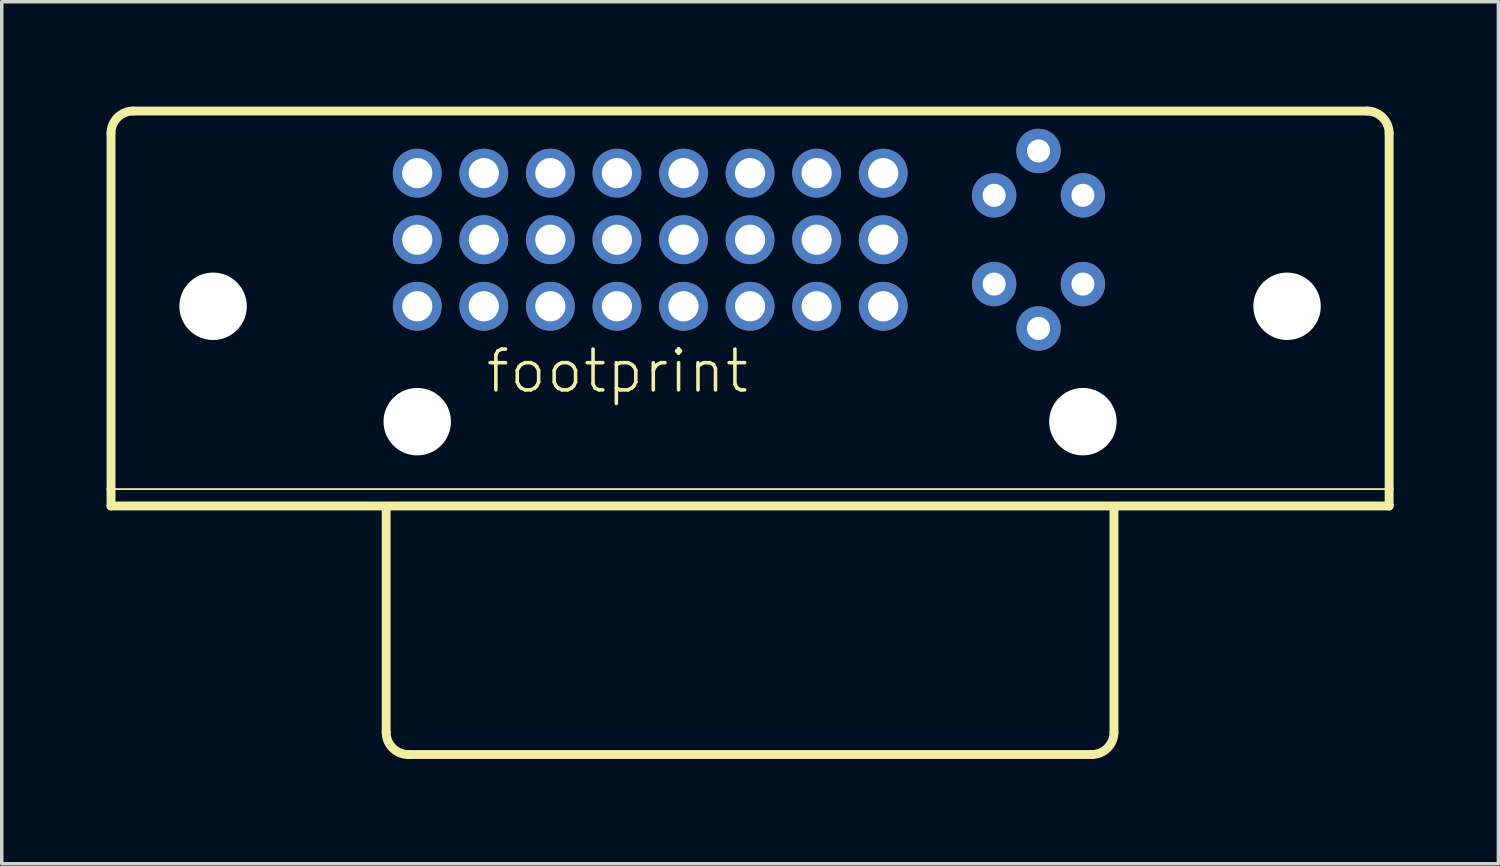
<source format=kicad_pcb>
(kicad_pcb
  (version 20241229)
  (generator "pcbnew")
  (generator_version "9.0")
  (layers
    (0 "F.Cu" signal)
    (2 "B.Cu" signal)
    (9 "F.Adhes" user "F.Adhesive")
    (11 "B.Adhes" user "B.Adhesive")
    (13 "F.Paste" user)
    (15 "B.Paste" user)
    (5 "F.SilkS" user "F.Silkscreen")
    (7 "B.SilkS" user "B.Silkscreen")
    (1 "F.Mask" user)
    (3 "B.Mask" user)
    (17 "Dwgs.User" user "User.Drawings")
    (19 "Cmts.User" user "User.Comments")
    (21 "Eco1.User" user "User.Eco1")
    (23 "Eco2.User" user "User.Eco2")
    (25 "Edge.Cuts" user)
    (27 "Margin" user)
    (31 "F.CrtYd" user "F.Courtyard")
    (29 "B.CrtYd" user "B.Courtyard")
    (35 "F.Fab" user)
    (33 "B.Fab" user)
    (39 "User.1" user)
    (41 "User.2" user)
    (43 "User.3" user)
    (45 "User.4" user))
  (footprint "footprint"
    (layer "F.Cu")
    (at 18.415 8.89)
    (property "Reference" "footprint" (at -7.62 -0.635 0) (layer "F.SilkS") (effects (font (size 1.168 1.168) (thickness 0.102)) (justify left bottom)))
    (fp_line (start -18.288 -8.128) (end -18.288 2.057) (stroke (width 0.254) (type solid)) (layer "F.SilkS"))
    (fp_line (start -18.288 2.057) (end -18.288 2.54) (stroke (width 0.254) (type solid)) (layer "F.SilkS"))
    (fp_line (start -18.288 2.057) (end 18.288 2.057) (stroke (width 0.051) (type solid)) (layer "F.SilkS"))
    (fp_line (start -18.288 2.54) (end 18.288 2.54) (stroke (width 0.254) (type solid)) (layer "F.SilkS"))
    (fp_line (start -10.414 2.667) (end -10.414 9.017) (stroke (width 0.254) (type solid)) (layer "F.SilkS"))
    (fp_line (start -9.779 9.652) (end 9.779 9.652) (stroke (width 0.254) (type solid)) (layer "F.SilkS"))
    (fp_line (start 10.414 9.017) (end 10.414 2.667) (stroke (width 0.254) (type solid)) (layer "F.SilkS"))
    (fp_line (start 17.653 -8.763) (end -17.653 -8.763) (stroke (width 0.254) (type solid)) (layer "F.SilkS"))
    (fp_line (start 18.288 2.057) (end 18.288 -8.128) (stroke (width 0.254) (type solid)) (layer "F.SilkS"))
    (fp_line (start 18.288 2.54) (end 18.288 2.057) (stroke (width 0.254) (type solid)) (layer "F.SilkS"))
    (fp_arc (start -18.288 -8.128) (mid -18.102013 -8.577013) (end -17.653 -8.763) (stroke (width 0.254) (type solid)) (layer "F.SilkS"))
    (fp_arc (start -9.779 9.652) (mid -10.228013 9.466013) (end -10.414 9.017) (stroke (width 0.254) (type solid)) (layer "F.SilkS"))
    (fp_arc (start 10.414 9.017) (mid 10.228013 9.466013) (end 9.779 9.652) (stroke (width 0.254) (type solid)) (layer "F.SilkS"))
    (fp_arc (start 17.653 -8.763) (mid 18.102013 -8.577013) (end 18.288 -8.128) (stroke (width 0.254) (type solid)) (layer "F.SilkS"))
    (pad "" np_thru_hole circle (at -15.367 -3.175) (size 1.93 1.93) (drill 1.93) (layers "*.Cu" "*.Mask"))
    (pad "" np_thru_hole circle (at -9.525 0.127) (size 1.93 1.93) (drill 1.93) (layers "*.Cu" "*.Mask"))
    (pad "" np_thru_hole circle (at 9.525 0.127) (size 1.93 1.93) (drill 1.93) (layers "*.Cu" "*.Mask"))
    (pad "" np_thru_hole circle (at 15.367 -3.175) (size 1.93 1.93) (drill 1.93) (layers "*.Cu" "*.Mask"))
    (pad "1" thru_hole circle (at -9.525 -6.985) (size 1.397 1.397) (drill 0.864) (layers "*.Cu" "*.Mask"))
    (pad "2" thru_hole circle (at -7.62 -6.985) (size 1.397 1.397) (drill 0.864) (layers "*.Cu" "*.Mask"))
    (pad "3" thru_hole circle (at -5.715 -6.985) (size 1.397 1.397) (drill 0.864) (layers "*.Cu" "*.Mask"))
    (pad "4" thru_hole circle (at -3.81 -6.985) (size 1.397 1.397) (drill 0.864) (layers "*.Cu" "*.Mask"))
    (pad "5" thru_hole circle (at -1.905 -6.985) (size 1.397 1.397) (drill 0.864) (layers "*.Cu" "*.Mask"))
    (pad "6" thru_hole circle (at 0 -6.985) (size 1.397 1.397) (drill 0.864) (layers "*.Cu" "*.Mask"))
    (pad "7" thru_hole circle (at 1.905 -6.985) (size 1.397 1.397) (drill 0.864) (layers "*.Cu" "*.Mask"))
    (pad "8" thru_hole circle (at 3.81 -6.985) (size 1.397 1.397) (drill 0.864) (layers "*.Cu" "*.Mask"))
    (pad "9" thru_hole circle (at -9.525 -5.08) (size 1.397 1.397) (drill 0.864) (layers "*.Cu" "*.Mask"))
    (pad "10" thru_hole circle (at -7.62 -5.08) (size 1.397 1.397) (drill 0.864) (layers "*.Cu" "*.Mask"))
    (pad "11" thru_hole circle (at -5.715 -5.08) (size 1.397 1.397) (drill 0.864) (layers "*.Cu" "*.Mask"))
    (pad "12" thru_hole circle (at -3.81 -5.08) (size 1.397 1.397) (drill 0.864) (layers "*.Cu" "*.Mask"))
    (pad "13" thru_hole circle (at -1.905 -5.08) (size 1.397 1.397) (drill 0.864) (layers "*.Cu" "*.Mask"))
    (pad "14" thru_hole circle (at 0 -5.08) (size 1.397 1.397) (drill 0.864) (layers "*.Cu" "*.Mask"))
    (pad "15" thru_hole circle (at 1.905 -5.08) (size 1.397 1.397) (drill 0.864) (layers "*.Cu" "*.Mask"))
    (pad "16" thru_hole circle (at 3.81 -5.08) (size 1.397 1.397) (drill 0.864) (layers "*.Cu" "*.Mask"))
    (pad "17" thru_hole circle (at -9.525 -3.175) (size 1.397 1.397) (drill 0.864) (layers "*.Cu" "*.Mask"))
    (pad "18" thru_hole circle (at -7.62 -3.175) (size 1.397 1.397) (drill 0.864) (layers "*.Cu" "*.Mask"))
    (pad "19" thru_hole circle (at -5.715 -3.175) (size 1.397 1.397) (drill 0.864) (layers "*.Cu" "*.Mask"))
    (pad "20" thru_hole circle (at -3.81 -3.175) (size 1.397 1.397) (drill 0.864) (layers "*.Cu" "*.Mask"))
    (pad "21" thru_hole circle (at -1.905 -3.175) (size 1.397 1.397) (drill 0.864) (layers "*.Cu" "*.Mask"))
    (pad "22" thru_hole circle (at 0 -3.175) (size 1.397 1.397) (drill 0.864) (layers "*.Cu" "*.Mask"))
    (pad "23" thru_hole circle (at 1.905 -3.175) (size 1.397 1.397) (drill 0.864) (layers "*.Cu" "*.Mask"))
    (pad "24" thru_hole circle (at 3.81 -3.175) (size 1.397 1.397) (drill 0.864) (layers "*.Cu" "*.Mask"))
    (pad "C1" thru_hole circle (at 6.985 -6.35) (size 1.27 1.27) (drill 0.66) (layers "*.Cu" "*.Mask"))
    (pad "C2" thru_hole circle (at 9.525 -6.35) (size 1.27 1.27) (drill 0.66) (layers "*.Cu" "*.Mask"))
    (pad "C3" thru_hole circle (at 6.985 -3.81) (size 1.27 1.27) (drill 0.66) (layers "*.Cu" "*.Mask"))
    (pad "C4" thru_hole circle (at 9.525 -3.81) (size 1.27 1.27) (drill 0.66) (layers "*.Cu" "*.Mask"))
    (pad "C5" thru_hole circle (at 8.255 -2.54) (size 1.27 1.27) (drill 0.66) (layers "*.Cu" "*.Mask"))
    (pad "C6" thru_hole circle (at 8.255 -7.62) (size 1.27 1.27) (drill 0.66) (layers "*.Cu" "*.Mask")))
  (gr_rect
    (start -3 -3)
    (end 39.83 21.669)
    (stroke (width 0.1) (type default))
    (fill no)
    (layer "Edge.Cuts")))
</source>
